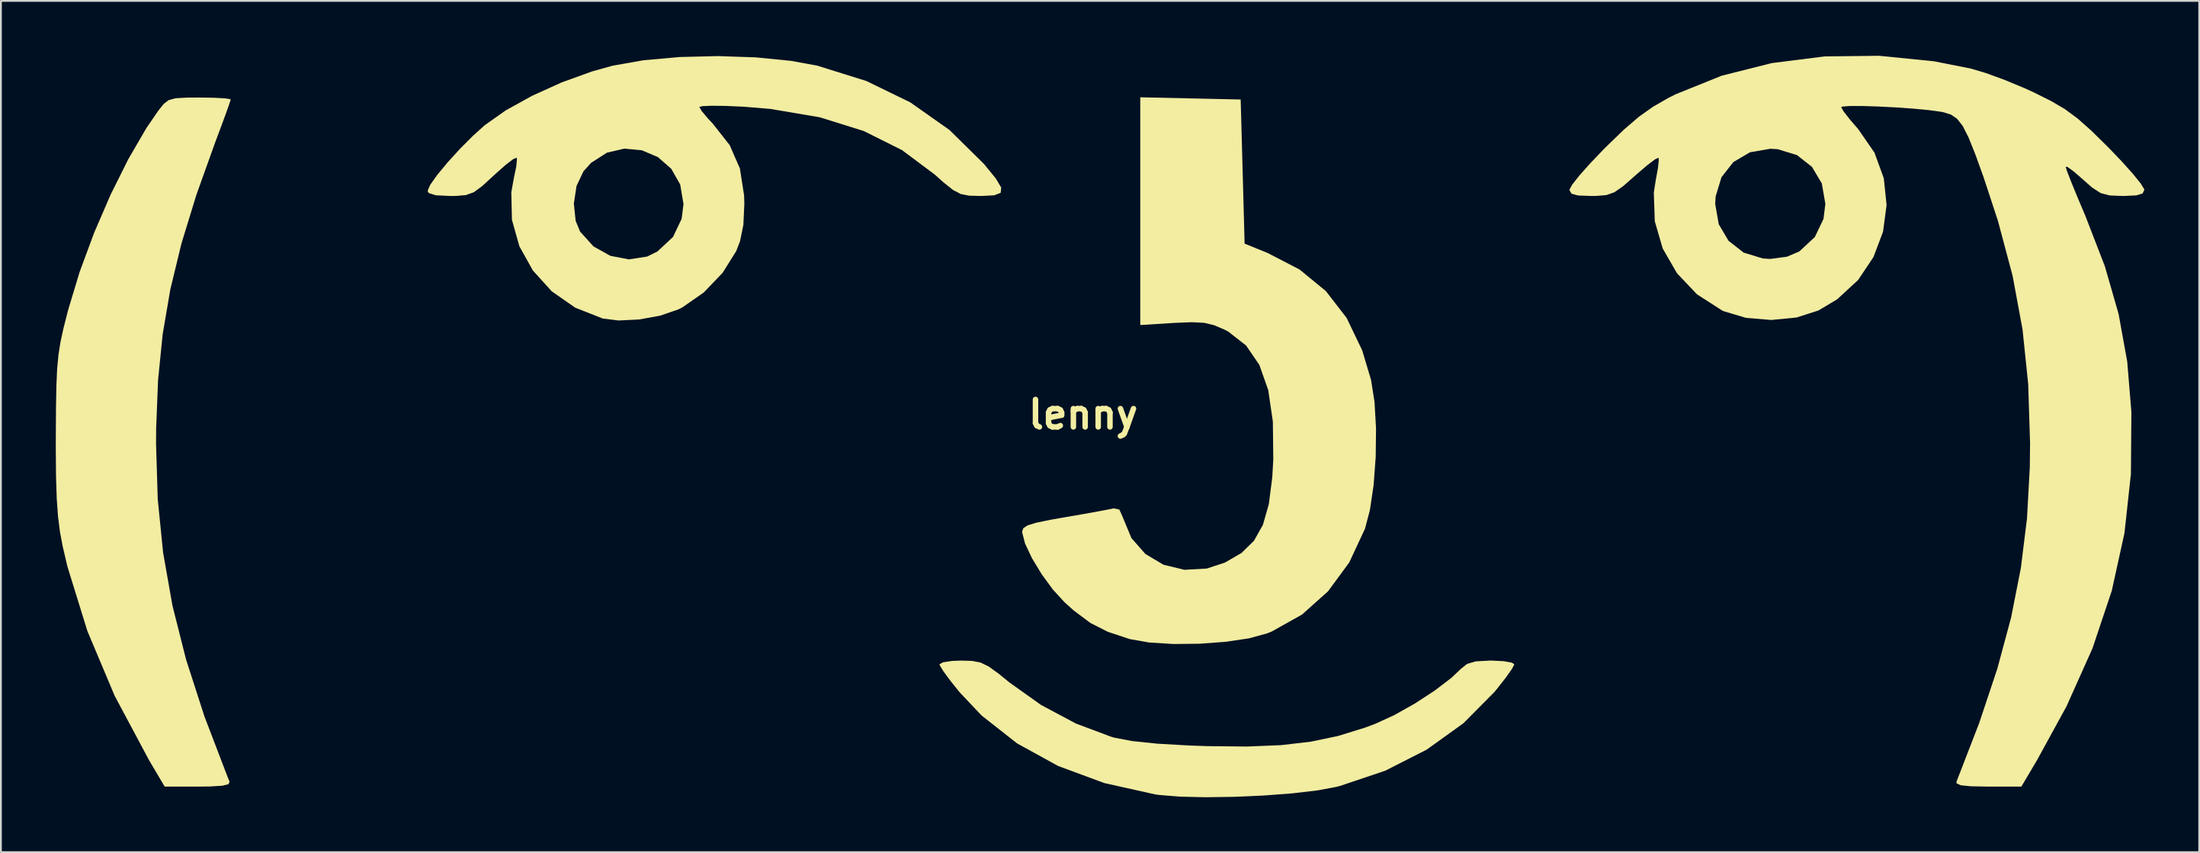
<source format=kicad_pcb>
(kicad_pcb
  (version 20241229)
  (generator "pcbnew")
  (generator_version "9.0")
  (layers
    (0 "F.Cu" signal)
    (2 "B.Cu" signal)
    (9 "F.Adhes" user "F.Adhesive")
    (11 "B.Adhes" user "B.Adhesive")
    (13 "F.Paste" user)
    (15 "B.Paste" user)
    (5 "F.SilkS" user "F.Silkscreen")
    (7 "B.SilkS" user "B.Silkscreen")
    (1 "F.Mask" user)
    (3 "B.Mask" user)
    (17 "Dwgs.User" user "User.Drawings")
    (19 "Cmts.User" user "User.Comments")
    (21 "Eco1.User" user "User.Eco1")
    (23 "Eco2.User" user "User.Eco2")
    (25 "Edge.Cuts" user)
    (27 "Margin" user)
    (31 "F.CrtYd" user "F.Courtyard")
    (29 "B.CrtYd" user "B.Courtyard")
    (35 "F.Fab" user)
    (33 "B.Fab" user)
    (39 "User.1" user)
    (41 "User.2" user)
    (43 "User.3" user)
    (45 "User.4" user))
  (footprint "lenny"
    (layer "F.Cu")
    (at 56.165 19.61)
    (property "Reference" "lenny" (at 0 0 0) (layer "F.SilkS") (effects (font (size 1.5 1.5) (thickness 0.3))))
    (attr board_only exclude_from_pos_files exclude_from_bom)
    (fp_poly (pts (xy -47.517 -17.316) (xy -46.918 -17.283) (xy -46.619 -17.237) (xy -46.603 -17.222) (xy -46.674 -16.99) (xy -46.869 -16.443) (xy -47.155 -15.666) (xy -47.44 -14.908) (xy -48.481 -12.003) (xy -49.295 -9.35) (xy -49.902 -6.846) (xy -50.322 -4.391) (xy -50.574 -1.883) (xy -50.679 0.778) (xy -50.684 1.614) (xy -50.591 4.637) (xy -50.298 7.554) (xy -49.787 10.448) (xy -49.041 13.403) (xy -48.04 16.502) (xy -46.767 19.828) (xy -46.667 20.072) (xy -46.722 20.21) (xy -47.059 20.294) (xy -47.735 20.335) (xy -48.385 20.342) (xy -50.213 20.342) (xy -51.072 18.889) (xy -52.946 15.38) (xy -54.437 11.841) (xy -55.528 8.316) (xy -55.79 7.199) (xy -55.938 6.409) (xy -56.044 5.567) (xy -56.114 4.587) (xy -56.152 3.385) (xy -56.165 1.876) (xy -56.163 1.076) (xy -56.153 -0.422) (xy -56.132 -1.581) (xy -56.091 -2.494) (xy -56.02 -3.253) (xy -55.911 -3.949) (xy -55.754 -4.676) (xy -55.539 -5.525) (xy -55.482 -5.741) (xy -54.862 -7.793) (xy -54.075 -9.919) (xy -53.171 -12.012) (xy -52.198 -13.964) (xy -51.205 -15.67) (xy -50.547 -16.628) (xy -50.268 -16.977) (xy -49.997 -17.185) (xy -49.617 -17.289) (xy -49.014 -17.324) (xy -48.314 -17.328)) (stroke (width 0) (type solid)) (fill yes) (layer "F.SilkS"))
    (fp_poly (pts (xy 22.983 13.485) (xy 23.44 13.567) (xy 23.57 13.657) (xy 23.441 13.909) (xy 23.098 14.393) (xy 22.609 15.016) (xy 22.473 15.18) (xy 20.786 16.879) (xy 18.782 18.32) (xy 16.512 19.474) (xy 14.023 20.311) (xy 13.845 20.356) (xy 12.802 20.551) (xy 11.447 20.71) (xy 9.9 20.828) (xy 8.276 20.901) (xy 6.696 20.924) (xy 5.276 20.891) (xy 4.135 20.797) (xy 3.942 20.77) (xy 1.156 20.149) (xy -1.368 19.216) (xy -3.612 17.981) (xy -5.558 16.452) (xy -6.759 15.18) (xy -7.275 14.537) (xy -7.66 14.01) (xy -7.848 13.693) (xy -7.857 13.657) (xy -7.662 13.546) (xy -7.16 13.472) (xy -6.667 13.453) (xy -6.068 13.471) (xy -5.606 13.561) (xy -5.16 13.78) (xy -4.605 14.182) (xy -4.03 14.65) (xy -2.306 15.877) (xy -0.394 16.896) (xy 1.535 17.619) (xy 1.722 17.671) (xy 2.676 17.853) (xy 4.047 17.995) (xy 5.826 18.097) (xy 6.781 18.13) (xy 8.961 18.152) (xy 10.816 18.076) (xy 12.442 17.887) (xy 13.936 17.574) (xy 15.394 17.123) (xy 15.97 16.909) (xy 17.008 16.433) (xy 18.134 15.8) (xy 19.218 15.093) (xy 20.132 14.395) (xy 20.644 13.909) (xy 20.987 13.635) (xy 21.468 13.495) (xy 22.226 13.454) (xy 22.312 13.453)) (stroke (width 0) (type solid)) (fill yes) (layer "F.SilkS"))
    (fp_poly (pts (xy 5.866 -17.281) (xy 8.61 -17.22) (xy 8.718 -13.281) (xy 8.825 -9.341) (xy 10.081 -8.831) (xy 11.831 -7.925) (xy 13.265 -6.749) (xy 14.401 -5.282) (xy 15.256 -3.501) (xy 15.738 -1.885) (xy 15.927 -0.682) (xy 16.01 0.766) (xy 15.991 2.324) (xy 15.878 3.855) (xy 15.674 5.226) (xy 15.407 6.242) (xy 14.546 8.088) (xy 13.386 9.666) (xy 11.963 10.937) (xy 10.311 11.863) (xy 10.064 11.963) (xy 9.073 12.235) (xy 7.796 12.426) (xy 6.368 12.532) (xy 4.928 12.547) (xy 3.612 12.465) (xy 2.558 12.28) (xy 2.525 12.271) (xy 1.346 11.88) (xy 0.392 11.395) (xy -0.523 10.71) (xy -1.025 10.259) (xy -1.658 9.567) (xy -2.273 8.725) (xy -2.804 7.847) (xy -3.181 7.046) (xy -3.336 6.437) (xy -3.336 6.403) (xy -3.275 6.218) (xy -3.044 6.064) (xy -2.574 5.918) (xy -1.797 5.757) (xy -1.022 5.621) (xy -0.04 5.451) (xy 0.809 5.299) (xy 1.42 5.183) (xy 1.661 5.131) (xy 1.976 5.194) (xy 2.17 5.626) (xy 2.173 5.638) (xy 2.637 6.756) (xy 3.401 7.625) (xy 4.391 8.214) (xy 5.534 8.49) (xy 6.758 8.422) (xy 7.749 8.096) (xy 8.654 7.571) (xy 9.337 6.903) (xy 9.826 6.031) (xy 10.15 4.895) (xy 10.337 3.432) (xy 10.393 2.456) (xy 10.369 0.387) (xy 10.118 -1.329) (xy 9.632 -2.709) (xy 8.906 -3.771) (xy 7.933 -4.531) (xy 7.705 -4.649) (xy 7.149 -4.885) (xy 6.611 -5.012) (xy 5.947 -5.046) (xy 5.012 -5.009) (xy 4.93 -5.004) (xy 3.121 -4.891) (xy 3.121 -11.116) (xy 3.121 -17.341)) (stroke (width 0) (type solid)) (fill yes) (layer "F.SilkS"))
    (fp_poly (pts (xy -17.896 -19.524) (xy -15.964 -19.332) (xy -14.53 -19.069) (xy -11.853 -18.232) (xy -9.447 -17.061) (xy -7.309 -15.555) (xy -5.438 -13.712) (xy -5.373 -13.636) (xy -4.771 -12.894) (xy -4.481 -12.405) (xy -4.51 -12.119) (xy -4.866 -11.983) (xy -5.556 -11.947) (xy -5.617 -11.947) (xy -6.235 -11.963) (xy -6.693 -12.053) (xy -7.119 -12.278) (xy -7.643 -12.696) (xy -8.11 -13.114) (xy -9.902 -14.453) (xy -11.995 -15.497) (xy -14.393 -16.247) (xy -17.103 -16.706) (xy -18.566 -16.827) (xy -19.528 -16.869) (xy -20.309 -16.879) (xy -20.823 -16.857) (xy -20.987 -16.812) (xy -20.849 -16.582) (xy -20.499 -16.166) (xy -20.25 -15.901) (xy -19.326 -14.729) (xy -18.767 -13.452) (xy -18.536 -11.972) (xy -18.524 -11.516) (xy -18.576 -10.369) (xy -18.758 -9.476) (xy -18.968 -8.933) (xy -19.711 -7.746) (xy -20.74 -6.672) (xy -21.91 -5.857) (xy -22.134 -5.744) (xy -23.127 -5.403) (xy -24.28 -5.194) (xy -25.406 -5.14) (xy -26.261 -5.246) (xy -27.765 -5.837) (xy -29.052 -6.733) (xy -30.084 -7.873) (xy -30.822 -9.196) (xy -31.228 -10.641) (xy -31.249 -11.529) (xy -27.844 -11.529) (xy -27.746 -10.588) (xy -27.503 -10) (xy -26.772 -9.19) (xy -25.848 -8.674) (xy -24.836 -8.48) (xy -23.837 -8.634) (xy -23.278 -8.911) (xy -22.426 -9.703) (xy -21.951 -10.695) (xy -21.85 -11.503) (xy -22.03 -12.574) (xy -22.523 -13.438) (xy -23.248 -14.071) (xy -24.127 -14.445) (xy -25.082 -14.535) (xy -26.032 -14.315) (xy -26.9 -13.759) (xy -27.318 -13.295) (xy -27.698 -12.492) (xy -27.844 -11.529) (xy -31.249 -11.529) (xy -31.263 -12.147) (xy -31.123 -12.929) (xy -30.995 -13.537) (xy -30.954 -13.95) (xy -30.975 -14.041) (xy -31.169 -13.956) (xy -31.586 -13.634) (xy -32.142 -13.141) (xy -32.243 -13.047) (xy -32.862 -12.48) (xy -33.314 -12.151) (xy -33.741 -11.996) (xy -34.283 -11.949) (xy -34.623 -11.947) (xy -35.392 -11.985) (xy -35.776 -12.105) (xy -35.84 -12.225) (xy -35.694 -12.56) (xy -35.304 -13.108) (xy -34.738 -13.79) (xy -34.067 -14.526) (xy -33.36 -15.235) (xy -32.719 -15.812) (xy -31.57 -16.624) (xy -30.121 -17.426) (xy -28.502 -18.157) (xy -26.84 -18.758) (xy -25.723 -19.069) (xy -24.033 -19.366) (xy -22.071 -19.542) (xy -19.979 -19.594)) (stroke (width 0) (type solid)) (fill yes) (layer "F.SilkS"))
    (fp_poly (pts (xy 46.523 -19.308) (xy 48.539 -18.908) (xy 49.362 -18.662) (xy 50.399 -18.281) (xy 51.481 -17.832) (xy 51.984 -17.601) (xy 52.916 -17.137) (xy 53.667 -16.695) (xy 54.354 -16.19) (xy 55.091 -15.537) (xy 55.996 -14.649) (xy 56.02 -14.625) (xy 56.764 -13.851) (xy 57.381 -13.162) (xy 57.815 -12.626) (xy 58.007 -12.31) (xy 58.011 -12.283) (xy 57.916 -12.082) (xy 57.574 -11.979) (xy 56.898 -11.947) (xy 56.822 -11.947) (xy 56.12 -11.974) (xy 55.622 -12.105) (xy 55.148 -12.413) (xy 54.67 -12.835) (xy 54.169 -13.271) (xy 53.82 -13.527) (xy 53.706 -13.551) (xy 53.787 -13.298) (xy 54.007 -12.731) (xy 54.334 -11.93) (xy 54.737 -10.977) (xy 54.795 -10.84) (xy 55.854 -8.101) (xy 56.604 -5.494) (xy 57.076 -2.89) (xy 57.301 -0.157) (xy 57.303 -0.108) (xy 57.277 3.254) (xy 56.925 6.483) (xy 56.231 9.637) (xy 55.18 12.775) (xy 53.757 15.953) (xy 52.149 18.889) (xy 51.289 20.342) (xy 49.461 20.342) (xy 48.535 20.325) (xy 47.982 20.27) (xy 47.749 20.168) (xy 47.743 20.072) (xy 48.985 16.861) (xy 49.973 13.9) (xy 50.726 11.105) (xy 51.261 8.394) (xy 51.596 5.682) (xy 51.75 2.885) (xy 51.764 1.553) (xy 51.663 -1.648) (xy 51.353 -4.647) (xy 50.81 -7.579) (xy 50.009 -10.582) (xy 49.222 -12.975) (xy 48.767 -14.235) (xy 48.401 -15.145) (xy 48.085 -15.768) (xy 47.777 -16.164) (xy 47.438 -16.396) (xy 47.027 -16.524) (xy 46.887 -16.551) (xy 46.226 -16.641) (xy 45.372 -16.722) (xy 44.419 -16.789) (xy 43.461 -16.838) (xy 42.593 -16.865) (xy 41.909 -16.865) (xy 41.505 -16.834) (xy 41.436 -16.8) (xy 41.57 -16.568) (xy 41.92 -16.121) (xy 42.374 -15.595) (xy 43.258 -14.316) (xy 43.768 -12.914) (xy 43.92 -11.452) (xy 43.727 -9.995) (xy 43.203 -8.607) (xy 42.364 -7.354) (xy 41.221 -6.299) (xy 40.196 -5.687) (xy 38.995 -5.302) (xy 37.615 -5.168) (xy 36.229 -5.283) (xy 35.009 -5.649) (xy 34.928 -5.687) (xy 33.556 -6.569) (xy 32.463 -7.72) (xy 31.682 -9.074) (xy 31.248 -10.565) (xy 31.216 -11.516) (xy 34.551 -11.516) (xy 34.744 -10.403) (xy 35.282 -9.494) (xy 36.106 -8.85) (xy 37.155 -8.53) (xy 37.562 -8.505) (xy 38.469 -8.625) (xy 39.146 -8.911) (xy 39.998 -9.702) (xy 40.472 -10.694) (xy 40.573 -11.516) (xy 40.38 -12.629) (xy 39.841 -13.538) (xy 39.018 -14.183) (xy 37.969 -14.503) (xy 37.562 -14.527) (xy 36.449 -14.334) (xy 35.54 -13.796) (xy 34.895 -12.972) (xy 34.575 -11.923) (xy 34.551 -11.516) (xy 31.216 -11.516) (xy 31.195 -12.124) (xy 31.302 -12.821) (xy 31.421 -13.465) (xy 31.468 -13.914) (xy 31.451 -14.039) (xy 31.261 -13.95) (xy 30.84 -13.631) (xy 30.273 -13.146) (xy 30.153 -13.039) (xy 29.512 -12.477) (xy 29.042 -12.15) (xy 28.605 -11.996) (xy 28.063 -11.949) (xy 27.766 -11.947) (xy 27.062 -11.973) (xy 26.698 -12.069) (xy 26.585 -12.26) (xy 26.584 -12.289) (xy 26.729 -12.562) (xy 27.127 -13.066) (xy 27.72 -13.732) (xy 28.448 -14.493) (xy 28.575 -14.621) (xy 29.554 -15.568) (xy 30.374 -16.273) (xy 31.148 -16.823) (xy 31.995 -17.308) (xy 32.396 -17.51) (xy 34.904 -18.52) (xy 37.639 -19.21) (xy 40.532 -19.576) (xy 43.516 -19.61)) (stroke (width 0) (type solid)) (fill yes) (layer "F.SilkS")))
  (gr_rect
    (start -3 -3)
    (end 117.176 43.534)
    (stroke (width 0.1) (type default))
    (fill no)
    (layer "Edge.Cuts")))
</source>
